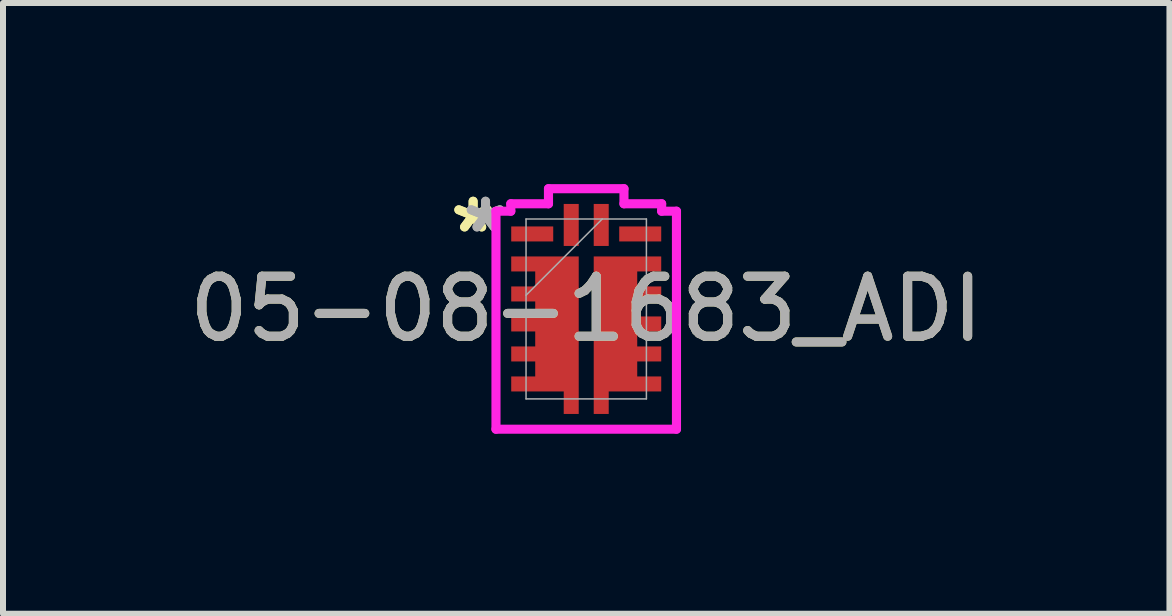
<source format=kicad_pcb>
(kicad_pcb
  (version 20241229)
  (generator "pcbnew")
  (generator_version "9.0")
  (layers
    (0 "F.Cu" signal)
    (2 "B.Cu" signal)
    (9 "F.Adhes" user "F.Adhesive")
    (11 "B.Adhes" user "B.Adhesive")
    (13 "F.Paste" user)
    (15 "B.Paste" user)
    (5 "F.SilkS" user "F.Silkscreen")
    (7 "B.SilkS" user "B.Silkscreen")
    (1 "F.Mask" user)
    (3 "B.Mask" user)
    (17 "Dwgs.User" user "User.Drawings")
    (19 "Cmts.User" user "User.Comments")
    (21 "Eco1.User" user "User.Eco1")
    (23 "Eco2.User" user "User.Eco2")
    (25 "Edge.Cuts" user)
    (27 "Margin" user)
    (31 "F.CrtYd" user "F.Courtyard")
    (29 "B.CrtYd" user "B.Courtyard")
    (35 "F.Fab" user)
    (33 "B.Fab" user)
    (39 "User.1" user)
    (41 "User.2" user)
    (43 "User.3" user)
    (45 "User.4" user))
  (footprint "05-08-1683_ADI"
    (layer "F.Cu")
    (at 6.72 2.099)
    (property "Reference" "05-08-1683_ADI" (at 0 0 0) (unlocked yes) (layer "F.SilkS") (effects (font (size 1 1) (thickness 0.15))))
    (attr smd)
    (fp_poly (pts (xy -1.25 -0.875) (xy -0.125 -0.875) (xy -0.125 1.75) (xy -0.375 1.75) (xy -0.375 1.375) (xy -1.25 1.375) (xy -1.25 1.125) (xy -0.85 1.125) (xy -0.85 0.875) (xy -1.25 0.875) (xy -1.25 0.625) (xy -0.85 0.625) (xy -0.85 0.375) (xy -1.25 0.375) (xy -1.25 0.125) (xy -0.85 0.125) (xy -0.85 -0.125) (xy -1.25 -0.125) (xy -1.25 -0.375) (xy -0.85 -0.375) (xy -0.85 -0.625) (xy -1.25 -0.625)) (stroke (width 0) (type solid)) (fill yes) (layer "F.Cu"))
    (fp_poly (pts (xy 1.25 -0.875) (xy 0.125 -0.875) (xy 0.125 1.75) (xy 0.375 1.75) (xy 0.375 1.375) (xy 1.25 1.375) (xy 1.25 1.125) (xy 0.85 1.125) (xy 0.85 0.875) (xy 1.25 0.875) (xy 1.25 0.625) (xy 0.85 0.625) (xy 0.85 0.375) (xy 1.25 0.375) (xy 1.25 0.125) (xy 0.85 0.125) (xy 0.85 -0.125) (xy 1.25 -0.125) (xy 1.25 -0.375) (xy 0.85 -0.375) (xy 0.85 -0.625) (xy 1.25 -0.625)) (stroke (width 0) (type solid)) (fill yes) (layer "F.Cu"))
    (fp_poly (pts (xy -1.25 -0.875) (xy -0.125 -0.875) (xy -0.125 1.75) (xy -0.375 1.75) (xy -0.375 1.375) (xy -1.25 1.375) (xy -1.25 1.125) (xy -0.85 1.125) (xy -0.85 0.875) (xy -1.25 0.875) (xy -1.25 0.625) (xy -0.85 0.625) (xy -0.85 0.375) (xy -1.25 0.375) (xy -1.25 0.125) (xy -0.85 0.125) (xy -0.85 -0.125) (xy -1.25 -0.125) (xy -1.25 -0.375) (xy -0.85 -0.375) (xy -0.85 -0.625) (xy -1.25 -0.625)) (stroke (width 0) (type solid)) (fill yes) (layer "F.Mask"))
    (fp_poly (pts (xy 1.25 -0.875) (xy 0.125 -0.875) (xy 0.125 1.75) (xy 0.375 1.75) (xy 0.375 1.375) (xy 1.25 1.375) (xy 1.25 1.125) (xy 0.85 1.125) (xy 0.85 0.875) (xy 1.25 0.875) (xy 1.25 0.625) (xy 0.85 0.625) (xy 0.85 0.375) (xy 1.25 0.375) (xy 1.25 0.125) (xy 0.85 0.125) (xy 0.85 -0.125) (xy 1.25 -0.125) (xy 1.25 -0.375) (xy 0.85 -0.375) (xy 0.85 -0.625) (xy 1.25 -0.625)) (stroke (width 0) (type solid)) (fill yes) (layer "F.Mask"))
    (fp_poly (pts (xy -1.25 -0.875) (xy -0.125 -0.875) (xy -0.125 1.75) (xy -0.375 1.75) (xy -0.375 1.375) (xy -1.25 1.375) (xy -1.25 1.125) (xy -0.85 1.125) (xy -0.85 0.875) (xy -1.25 0.875) (xy -1.25 0.625) (xy -0.85 0.625) (xy -0.85 0.375) (xy -1.25 0.375) (xy -1.25 0.125) (xy -0.85 0.125) (xy -0.85 -0.125) (xy -1.25 -0.125) (xy -1.25 -0.375) (xy -0.85 -0.375) (xy -0.85 -0.625) (xy -1.25 -0.625)) (stroke (width 0) (type solid)) (fill yes) (layer "F.Paste"))
    (fp_poly (pts (xy 1.25 -0.875) (xy 0.125 -0.875) (xy 0.125 1.75) (xy 0.375 1.75) (xy 0.375 1.375) (xy 1.25 1.375) (xy 1.25 1.125) (xy 0.85 1.125) (xy 0.85 0.875) (xy 1.25 0.875) (xy 1.25 0.625) (xy 0.85 0.625) (xy 0.85 0.375) (xy 1.25 0.375) (xy 1.25 0.125) (xy 0.85 0.125) (xy 0.85 -0.125) (xy 1.25 -0.125) (xy 1.25 -0.375) (xy 0.85 -0.375) (xy 0.85 -0.625) (xy 1.25 -0.625)) (stroke (width 0) (type solid)) (fill yes) (layer "F.Paste"))
    (fp_line (start -1.504 -1.629) (end -1.504 2.004) (stroke (width 0.152) (type solid)) (layer "F.CrtYd"))
    (fp_line (start -1.504 2.004) (end 1.504 2.004) (stroke (width 0.152) (type solid)) (layer "F.CrtYd"))
    (fp_line (start -1.257 -1.753) (end -1.257 -1.629) (stroke (width 0.152) (type solid)) (layer "F.CrtYd"))
    (fp_line (start -1.257 -1.629) (end -1.504 -1.629) (stroke (width 0.152) (type solid)) (layer "F.CrtYd"))
    (fp_line (start -0.629 -2.004) (end -0.629 -1.753) (stroke (width 0.152) (type solid)) (layer "F.CrtYd"))
    (fp_line (start -0.629 -1.753) (end -1.257 -1.753) (stroke (width 0.152) (type solid)) (layer "F.CrtYd"))
    (fp_line (start 0.629 -2.004) (end -0.629 -2.004) (stroke (width 0.152) (type solid)) (layer "F.CrtYd"))
    (fp_line (start 0.629 -1.753) (end 0.629 -2.004) (stroke (width 0.152) (type solid)) (layer "F.CrtYd"))
    (fp_line (start 1.257 -1.753) (end 0.629 -1.753) (stroke (width 0.152) (type solid)) (layer "F.CrtYd"))
    (fp_line (start 1.257 -1.629) (end 1.257 -1.753) (stroke (width 0.152) (type solid)) (layer "F.CrtYd"))
    (fp_line (start 1.504 -1.629) (end 1.257 -1.629) (stroke (width 0.152) (type solid)) (layer "F.CrtYd"))
    (fp_line (start 1.504 2.004) (end 1.504 -1.629) (stroke (width 0.152) (type solid)) (layer "F.CrtYd"))
    (fp_line (start -1.003 -1.499) (end -1.003 1.499) (stroke (width 0.025) (type solid)) (layer "F.Fab"))
    (fp_line (start -1.003 -0.229) (end 0.267 -1.499) (stroke (width 0.025) (type solid)) (layer "F.Fab"))
    (fp_line (start -1.003 1.499) (end 1.003 1.499) (stroke (width 0.025) (type solid)) (layer "F.Fab"))
    (fp_line (start 1.003 -1.499) (end -1.003 -1.499) (stroke (width 0.025) (type solid)) (layer "F.Fab"))
    (fp_line (start 1.003 1.499) (end 1.003 -1.499) (stroke (width 0.025) (type solid)) (layer "F.Fab"))
    (fp_text user "*" (at -1.885 -1.25 0) (unlocked yes) (layer "F.SilkS") (effects (font (size 1 1) (thickness 0.15))))
    (fp_text user "*" (at -1.885 -1.25 0) (layer "F.SilkS") (effects (font (size 1 1) (thickness 0.15))))
    (fp_text user "*" (at -1.678 -1.25 0) (layer "F.Fab") (effects (font (size 1 1) (thickness 0.15))))
    (fp_text user "${REFERENCE}" (at 0 0 0) (unlocked yes) (layer "F.Fab") (effects (font (size 1 1) (thickness 0.15))))
    (fp_text user "*" (at -1.678 -1.25 0) (unlocked yes) (layer "F.Fab") (effects (font (size 1 1) (thickness 0.15))))
    (pad "1" smd rect (at -0.9 -1.25) (size 0.7 0.25) (layers "F.Cu" "F.Mask" "F.Paste"))
    (pad "2" smd rect (at -0.9 -0.75) (size 0.127 0.127) (layers "F.Cu" "F.Mask" "F.Paste"))
    (pad "3" smd rect (at -0.9 -0.25) (size 0.127 0.127) (layers "F.Cu" "F.Mask" "F.Paste"))
    (pad "4" smd rect (at -0.9 0.25) (size 0.127 0.127) (layers "F.Cu" "F.Mask" "F.Paste"))
    (pad "5" smd rect (at -0.9 0.75) (size 0.127 0.127) (layers "F.Cu" "F.Mask" "F.Paste"))
    (pad "6" smd rect (at -0.9 1.25) (size 0.127 0.127) (layers "F.Cu" "F.Mask" "F.Paste"))
    (pad "7" smd rect (at -0.25 1.4 90) (size 0.127 0.127) (layers "F.Cu" "F.Mask" "F.Paste"))
    (pad "8" smd rect (at 0.25 1.4 90) (size 0.127 0.127) (layers "F.Cu" "F.Mask" "F.Paste"))
    (pad "9" smd rect (at 0.9 1.25) (size 0.127 0.127) (layers "F.Cu" "F.Mask" "F.Paste"))
    (pad "10" smd rect (at 0.9 0.75) (size 0.127 0.127) (layers "F.Cu" "F.Mask" "F.Paste"))
    (pad "11" smd rect (at 0.9 0.25) (size 0.127 0.127) (layers "F.Cu" "F.Mask" "F.Paste"))
    (pad "12" smd rect (at 0.9 -0.25) (size 0.127 0.127) (layers "F.Cu" "F.Mask" "F.Paste"))
    (pad "13" smd rect (at 0.9 -0.75) (size 0.127 0.127) (layers "F.Cu" "F.Mask" "F.Paste"))
    (pad "14" smd rect (at 0.9 -1.25) (size 0.7 0.25) (layers "F.Cu" "F.Mask" "F.Paste"))
    (pad "15" smd rect (at 0.25 -1.4 90) (size 0.7 0.25) (layers "F.Cu" "F.Mask" "F.Paste"))
    (pad "16" smd rect (at -0.25 -1.4 90) (size 0.7 0.25) (layers "F.Cu" "F.Mask" "F.Paste")))
  (gr_rect
    (start -3 -3)
    (end 16.44 7.179)
    (stroke (width 0.1) (type default))
    (fill no)
    (layer "Edge.Cuts")))
</source>
